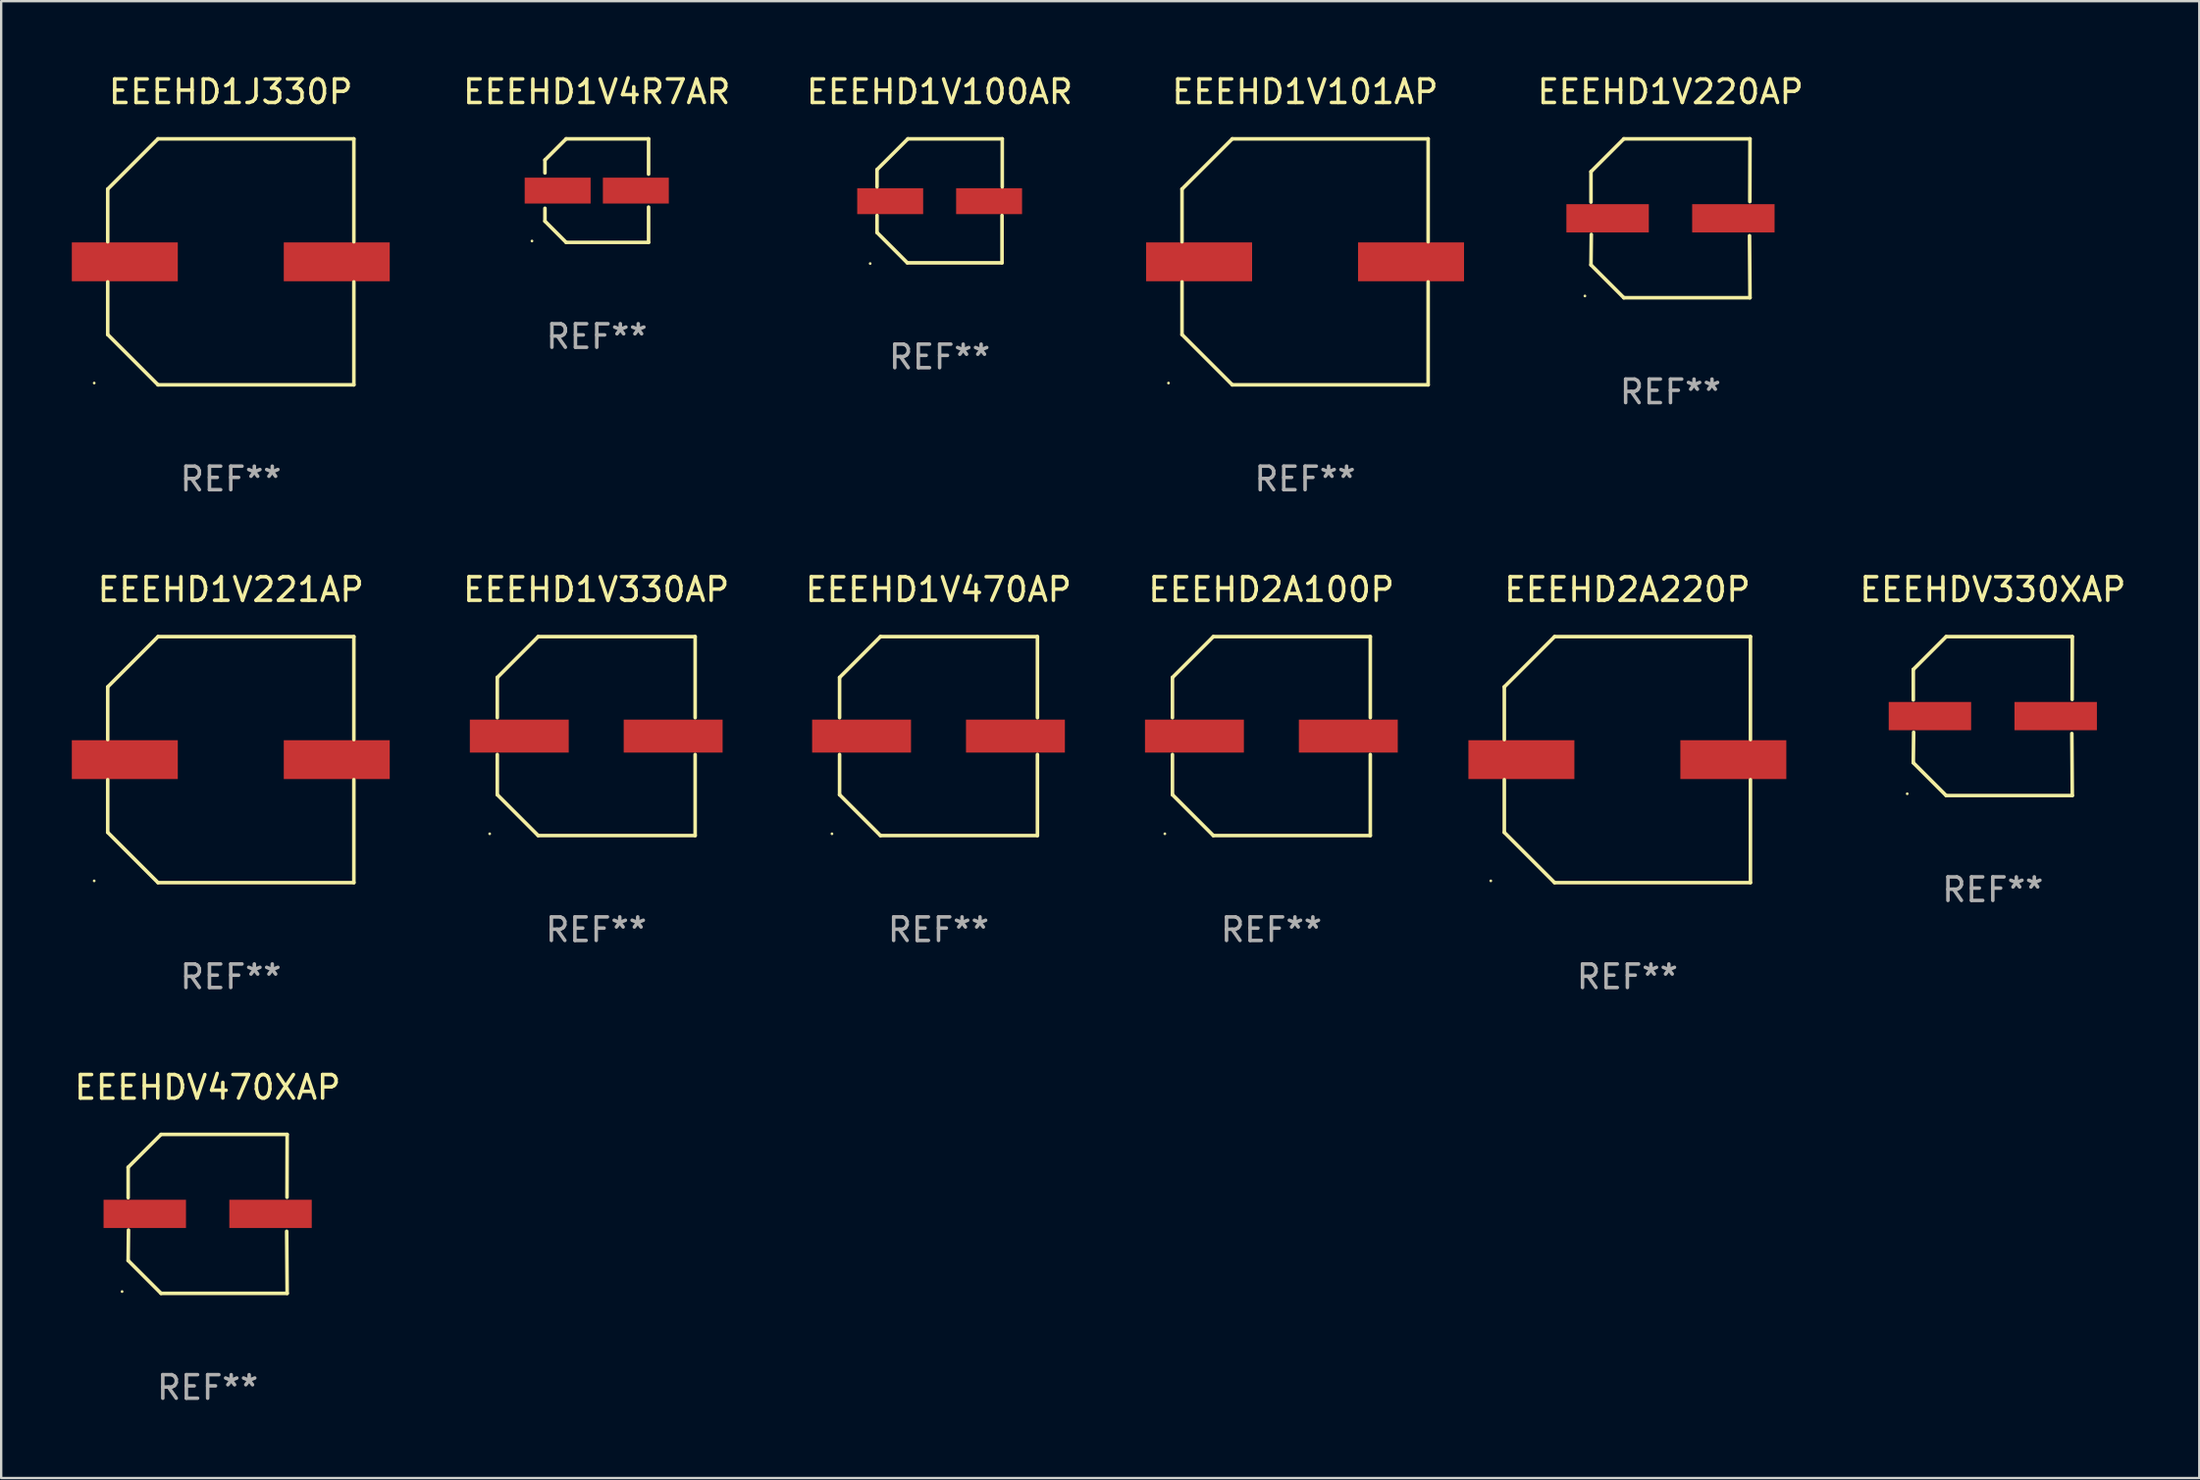
<source format=kicad_pcb>
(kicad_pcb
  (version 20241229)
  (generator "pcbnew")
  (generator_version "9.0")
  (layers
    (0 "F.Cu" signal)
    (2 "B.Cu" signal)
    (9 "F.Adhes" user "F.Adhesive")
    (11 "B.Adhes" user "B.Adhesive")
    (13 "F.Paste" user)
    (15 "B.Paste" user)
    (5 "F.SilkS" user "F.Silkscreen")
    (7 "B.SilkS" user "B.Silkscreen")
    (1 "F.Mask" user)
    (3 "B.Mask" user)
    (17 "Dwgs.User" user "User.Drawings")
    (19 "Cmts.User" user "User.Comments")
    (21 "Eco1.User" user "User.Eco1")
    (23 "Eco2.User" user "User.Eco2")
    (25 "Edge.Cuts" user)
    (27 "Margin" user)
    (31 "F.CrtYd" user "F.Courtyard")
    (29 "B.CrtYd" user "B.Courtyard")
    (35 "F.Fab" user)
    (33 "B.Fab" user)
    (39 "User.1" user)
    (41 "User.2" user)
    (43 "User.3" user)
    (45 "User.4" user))
  (footprint "EEEHD1V330AP"
    (layer "F.Cu")
    (at 22.268 28.223)
    (property "Reference" "EEEHD1V330AP" (at 0 -6.226 0) (layer "F.SilkS") (effects (font (size 1 1) (thickness 0.15))))
    (attr through_hole)
    (fp_line (start -4.201 -2.49) (end -4.201 -0.782) (stroke (width 0.152) (type solid)) (layer "F.SilkS"))
    (fp_line (start -4.201 2.49) (end -4.201 0.782) (stroke (width 0.152) (type solid)) (layer "F.SilkS"))
    (fp_line (start -2.465 -4.226) (end -4.201 -2.49) (stroke (width 0.152) (type solid)) (layer "F.SilkS"))
    (fp_line (start -2.465 4.226) (end -4.201 2.49) (stroke (width 0.152) (type solid)) (layer "F.SilkS"))
    (fp_line (start 4.201 -4.226) (end -2.465 -4.226) (stroke (width 0.152) (type solid)) (layer "F.SilkS"))
    (fp_line (start 4.201 -0.782) (end 4.201 -4.226) (stroke (width 0.152) (type solid)) (layer "F.SilkS"))
    (fp_line (start 4.201 0.782) (end 4.201 4.226) (stroke (width 0.152) (type solid)) (layer "F.SilkS"))
    (fp_line (start 4.201 4.226) (end -2.465 4.226) (stroke (width 0.152) (type solid)) (layer "F.SilkS"))
    (fp_circle (center -4.524 4.15) (end -4.494 4.15) (stroke (width 0.06) (type solid)) (fill no) (layer "F.SilkS"))
    (fp_text user "REF**" (at 0 8.226 0) (layer "F.Fab") (effects (font (size 1 1) (thickness 0.15))))
    (pad "1" smd rect (at -3.267 0) (size 4.2 1.4) (layers "F.Cu" "F.Mask" "F.Paste"))
    (pad "2" smd rect (at 3.267 0) (size 4.2 1.4) (layers "F.Cu" "F.Mask" "F.Paste")))
  (footprint "EEEHDV470XAP"
    (layer "F.Cu")
    (at 5.768 48.522)
    (property "Reference" "EEEHDV470XAP" (at 0 -5.376 0) (layer "F.SilkS") (effects (font (size 1 1) (thickness 0.15))))
    (attr through_hole)
    (fp_line (start -3.376 -1.98) (end -3.376 -0.686) (stroke (width 0.152) (type solid)) (layer "F.SilkS"))
    (fp_line (start -3.376 1.981) (end -3.362 0.686) (stroke (width 0.152) (type solid)) (layer "F.SilkS"))
    (fp_line (start -1.981 3.376) (end -3.376 1.981) (stroke (width 0.152) (type solid)) (layer "F.SilkS"))
    (fp_line (start -1.98 -3.376) (end -3.376 -1.98) (stroke (width 0.152) (type solid)) (layer "F.SilkS"))
    (fp_line (start 3.356 0.74) (end 3.376 3.376) (stroke (width 0.152) (type solid)) (layer "F.SilkS"))
    (fp_line (start 3.369 -0.707) (end 3.376 -3.376) (stroke (width 0.152) (type solid)) (layer "F.SilkS"))
    (fp_line (start 3.376 3.376) (end -1.981 3.376) (stroke (width 0.152) (type solid)) (layer "F.SilkS"))
    (fp_line (start 3.376 -3.376) (end -1.98 -3.376) (stroke (width 0.152) (type solid)) (layer "F.SilkS"))
    (fp_circle (center -3.634 3.3) (end -3.604 3.3) (stroke (width 0.06) (type solid)) (fill no) (layer "F.SilkS"))
    (fp_text user "REF**" (at 0 7.376 0) (layer "F.Fab") (effects (font (size 1 1) (thickness 0.15))))
    (pad "1" smd rect (at -2.67 0.000254) (size 3.5 1.2) (layers "F.Cu" "F.Mask" "F.Paste"))
    (pad "2" smd rect (at 2.67 0.000254) (size 3.5 1.2) (layers "F.Cu" "F.Mask" "F.Paste")))
  (footprint "EEEHD2A220P"
    (layer "F.Cu")
    (at 66.055 29.223)
    (property "Reference" "EEEHD2A220P" (at 0 -7.226 0) (layer "F.SilkS") (effects (font (size 1 1) (thickness 0.15))))
    (attr through_hole)
    (fp_line (start -5.226 -3.09) (end -5.226 -0.852) (stroke (width 0.152) (type solid)) (layer "F.SilkS"))
    (fp_line (start -5.226 3.09) (end -5.226 0.852) (stroke (width 0.152) (type solid)) (layer "F.SilkS"))
    (fp_line (start -3.09 -5.226) (end -5.226 -3.09) (stroke (width 0.152) (type solid)) (layer "F.SilkS"))
    (fp_line (start -3.09 5.226) (end -5.226 3.09) (stroke (width 0.152) (type solid)) (layer "F.SilkS"))
    (fp_line (start 5.226 -5.226) (end -3.09 -5.226) (stroke (width 0.152) (type solid)) (layer "F.SilkS"))
    (fp_line (start 5.226 -0.852) (end 5.226 -5.226) (stroke (width 0.152) (type solid)) (layer "F.SilkS"))
    (fp_line (start 5.226 0.852) (end 5.226 5.226) (stroke (width 0.152) (type solid)) (layer "F.SilkS"))
    (fp_line (start 5.226 5.226) (end -3.09 5.226) (stroke (width 0.152) (type solid)) (layer "F.SilkS"))
    (fp_circle (center -5.8 5.15) (end -5.77 5.15) (stroke (width 0.06) (type solid)) (fill no) (layer "F.SilkS"))
    (fp_text user "REF**" (at 0 9.226 0) (layer "F.Fab") (effects (font (size 1 1) (thickness 0.15))))
    (pad "1" smd rect (at -4.5 0) (size 4.5 1.65) (layers "F.Cu" "F.Mask" "F.Paste"))
    (pad "2" smd rect (at 4.5 0) (size 4.5 1.65) (layers "F.Cu" "F.Mask" "F.Paste")))
  (footprint "EEEHD1V221AP"
    (layer "F.Cu")
    (at 6.75 29.223)
    (property "Reference" "EEEHD1V221AP" (at 0 -7.226 0) (layer "F.SilkS") (effects (font (size 1 1) (thickness 0.15))))
    (attr through_hole)
    (fp_line (start -5.226 -3.09) (end -5.226 -0.852) (stroke (width 0.152) (type solid)) (layer "F.SilkS"))
    (fp_line (start -5.226 3.09) (end -5.226 0.852) (stroke (width 0.152) (type solid)) (layer "F.SilkS"))
    (fp_line (start -3.09 -5.226) (end -5.226 -3.09) (stroke (width 0.152) (type solid)) (layer "F.SilkS"))
    (fp_line (start -3.09 5.226) (end -5.226 3.09) (stroke (width 0.152) (type solid)) (layer "F.SilkS"))
    (fp_line (start 5.226 -5.226) (end -3.09 -5.226) (stroke (width 0.152) (type solid)) (layer "F.SilkS"))
    (fp_line (start 5.226 -0.852) (end 5.226 -5.226) (stroke (width 0.152) (type solid)) (layer "F.SilkS"))
    (fp_line (start 5.226 0.852) (end 5.226 5.226) (stroke (width 0.152) (type solid)) (layer "F.SilkS"))
    (fp_line (start 5.226 5.226) (end -3.09 5.226) (stroke (width 0.152) (type solid)) (layer "F.SilkS"))
    (fp_circle (center -5.8 5.15) (end -5.77 5.15) (stroke (width 0.06) (type solid)) (fill no) (layer "F.SilkS"))
    (fp_text user "REF**" (at 0 9.226 0) (layer "F.Fab") (effects (font (size 1 1) (thickness 0.15))))
    (pad "1" smd rect (at -4.5 0) (size 4.5 1.65) (layers "F.Cu" "F.Mask" "F.Paste"))
    (pad "2" smd rect (at 4.5 0) (size 4.5 1.65) (layers "F.Cu" "F.Mask" "F.Paste")))
  (footprint "EEEHD1V4R7AR"
    (layer "F.Cu")
    (at 22.291 5.048)
    (property "Reference" "EEEHD1V4R7AR" (at 0 -4.2 0) (layer "F.SilkS") (effects (font (size 1 1) (thickness 0.15))))
    (attr through_hole)
    (fp_line (start -2.2 -1.3) (end -2.2 -0.75) (stroke (width 0.152) (type solid)) (layer "F.SilkS"))
    (fp_line (start -2.2 1.3) (end -2.2 0.75) (stroke (width 0.152) (type solid)) (layer "F.SilkS"))
    (fp_line (start -1.3 -2.2) (end -2.2 -1.3) (stroke (width 0.152) (type solid)) (layer "F.SilkS"))
    (fp_line (start -1.3 2.2) (end -2.2 1.3) (stroke (width 0.152) (type solid)) (layer "F.SilkS"))
    (fp_line (start 2.2 -2.2) (end -1.3 -2.2) (stroke (width 0.152) (type solid)) (layer "F.SilkS"))
    (fp_line (start 2.2 -0.7) (end 2.2 -2.2) (stroke (width 0.152) (type solid)) (layer "F.SilkS"))
    (fp_line (start 2.2 0.7) (end 2.2 2.2) (stroke (width 0.152) (type solid)) (layer "F.SilkS"))
    (fp_line (start 2.2 2.2) (end -1.3 2.2) (stroke (width 0.152) (type solid)) (layer "F.SilkS"))
    (fp_circle (center -2.751 2.141) (end -2.721 2.141) (stroke (width 0.06) (type solid)) (fill no) (layer "F.SilkS"))
    (fp_text user "REF**" (at 0 6.2 0) (layer "F.Fab") (effects (font (size 1 1) (thickness 0.15))))
    (pad "1" smd rect (at -1.661 -0.000102) (size 2.8 1.1) (layers "F.Cu" "F.Mask" "F.Paste"))
    (pad "2" smd rect (at 1.66 -0.000102) (size 2.8 1.1) (layers "F.Cu" "F.Mask" "F.Paste")))
  (footprint "EEEHDV330XAP"
    (layer "F.Cu")
    (at 81.573 27.373)
    (property "Reference" "EEEHDV330XAP" (at 0 -5.376 0) (layer "F.SilkS") (effects (font (size 1 1) (thickness 0.15))))
    (attr through_hole)
    (fp_line (start -3.376 -1.98) (end -3.376 -0.686) (stroke (width 0.152) (type solid)) (layer "F.SilkS"))
    (fp_line (start -3.376 1.981) (end -3.362 0.686) (stroke (width 0.152) (type solid)) (layer "F.SilkS"))
    (fp_line (start -1.981 3.376) (end -3.376 1.981) (stroke (width 0.152) (type solid)) (layer "F.SilkS"))
    (fp_line (start -1.98 -3.376) (end -3.376 -1.98) (stroke (width 0.152) (type solid)) (layer "F.SilkS"))
    (fp_line (start 3.356 0.74) (end 3.376 3.376) (stroke (width 0.152) (type solid)) (layer "F.SilkS"))
    (fp_line (start 3.369 -0.707) (end 3.376 -3.376) (stroke (width 0.152) (type solid)) (layer "F.SilkS"))
    (fp_line (start 3.376 3.376) (end -1.981 3.376) (stroke (width 0.152) (type solid)) (layer "F.SilkS"))
    (fp_line (start 3.376 -3.376) (end -1.98 -3.376) (stroke (width 0.152) (type solid)) (layer "F.SilkS"))
    (fp_circle (center -3.634 3.3) (end -3.604 3.3) (stroke (width 0.06) (type solid)) (fill no) (layer "F.SilkS"))
    (fp_text user "REF**" (at 0 7.376 0) (layer "F.Fab") (effects (font (size 1 1) (thickness 0.15))))
    (pad "1" smd rect (at -2.67 0.000254) (size 3.5 1.2) (layers "F.Cu" "F.Mask" "F.Paste"))
    (pad "2" smd rect (at 2.67 0.000254) (size 3.5 1.2) (layers "F.Cu" "F.Mask" "F.Paste")))
  (footprint "EEEHD1V220AP"
    (layer "F.Cu")
    (at 67.886 6.224)
    (property "Reference" "EEEHD1V220AP" (at 0 -5.376 0) (layer "F.SilkS") (effects (font (size 1 1) (thickness 0.15))))
    (attr through_hole)
    (fp_line (start -3.376 -1.98) (end -3.376 -0.686) (stroke (width 0.152) (type solid)) (layer "F.SilkS"))
    (fp_line (start -3.376 1.981) (end -3.362 0.686) (stroke (width 0.152) (type solid)) (layer "F.SilkS"))
    (fp_line (start -1.981 3.376) (end -3.376 1.981) (stroke (width 0.152) (type solid)) (layer "F.SilkS"))
    (fp_line (start -1.98 -3.376) (end -3.376 -1.98) (stroke (width 0.152) (type solid)) (layer "F.SilkS"))
    (fp_line (start 3.356 0.74) (end 3.376 3.376) (stroke (width 0.152) (type solid)) (layer "F.SilkS"))
    (fp_line (start 3.369 -0.707) (end 3.376 -3.376) (stroke (width 0.152) (type solid)) (layer "F.SilkS"))
    (fp_line (start 3.376 3.376) (end -1.981 3.376) (stroke (width 0.152) (type solid)) (layer "F.SilkS"))
    (fp_line (start 3.376 -3.376) (end -1.98 -3.376) (stroke (width 0.152) (type solid)) (layer "F.SilkS"))
    (fp_circle (center -3.634 3.3) (end -3.604 3.3) (stroke (width 0.06) (type solid)) (fill no) (layer "F.SilkS"))
    (fp_text user "REF**" (at 0 7.376 0) (layer "F.Fab") (effects (font (size 1 1) (thickness 0.15))))
    (pad "1" smd rect (at -2.67 0.000254) (size 3.5 1.2) (layers "F.Cu" "F.Mask" "F.Paste"))
    (pad "2" smd rect (at 2.67 0.000254) (size 3.5 1.2) (layers "F.Cu" "F.Mask" "F.Paste")))
  (footprint "EEEHD2A100P"
    (layer "F.Cu")
    (at 50.938 28.223)
    (property "Reference" "EEEHD2A100P" (at 0 -6.226 0) (layer "F.SilkS") (effects (font (size 1 1) (thickness 0.15))))
    (attr through_hole)
    (fp_line (start -4.201 -2.49) (end -4.201 -0.782) (stroke (width 0.152) (type solid)) (layer "F.SilkS"))
    (fp_line (start -4.201 2.49) (end -4.201 0.782) (stroke (width 0.152) (type solid)) (layer "F.SilkS"))
    (fp_line (start -2.465 -4.226) (end -4.201 -2.49) (stroke (width 0.152) (type solid)) (layer "F.SilkS"))
    (fp_line (start -2.465 4.226) (end -4.201 2.49) (stroke (width 0.152) (type solid)) (layer "F.SilkS"))
    (fp_line (start 4.201 -4.226) (end -2.465 -4.226) (stroke (width 0.152) (type solid)) (layer "F.SilkS"))
    (fp_line (start 4.201 -0.782) (end 4.201 -4.226) (stroke (width 0.152) (type solid)) (layer "F.SilkS"))
    (fp_line (start 4.201 0.782) (end 4.201 4.226) (stroke (width 0.152) (type solid)) (layer "F.SilkS"))
    (fp_line (start 4.201 4.226) (end -2.465 4.226) (stroke (width 0.152) (type solid)) (layer "F.SilkS"))
    (fp_circle (center -4.524 4.15) (end -4.494 4.15) (stroke (width 0.06) (type solid)) (fill no) (layer "F.SilkS"))
    (fp_text user "REF**" (at 0 8.226 0) (layer "F.Fab") (effects (font (size 1 1) (thickness 0.15))))
    (pad "1" smd rect (at -3.267 0) (size 4.2 1.4) (layers "F.Cu" "F.Mask" "F.Paste"))
    (pad "2" smd rect (at 3.267 0) (size 4.2 1.4) (layers "F.Cu" "F.Mask" "F.Paste")))
  (footprint "EEEHD1V100AR"
    (layer "F.Cu")
    (at 36.851 5.482)
    (property "Reference" "EEEHD1V100AR" (at 0 -4.634 0) (layer "F.SilkS") (effects (font (size 1 1) (thickness 0.15))))
    (attr through_hole)
    (fp_line (start -2.659 -1.326) (end -2.659 -0.592) (stroke (width 0.152) (type solid)) (layer "F.SilkS"))
    (fp_line (start -2.659 1.346) (end -2.659 0.622) (stroke (width 0.152) (type solid)) (layer "F.SilkS"))
    (fp_line (start -1.372 2.634) (end -2.659 1.346) (stroke (width 0.152) (type solid)) (layer "F.SilkS"))
    (fp_line (start -1.349 -2.634) (end -2.659 -1.326) (stroke (width 0.152) (type solid)) (layer "F.SilkS"))
    (fp_line (start 2.649 0.622) (end 2.649 2.634) (stroke (width 0.152) (type solid)) (layer "F.SilkS"))
    (fp_line (start 2.649 2.634) (end -1.372 2.634) (stroke (width 0.152) (type solid)) (layer "F.SilkS"))
    (fp_line (start 2.659 -2.634) (end -1.349 -2.634) (stroke (width 0.152) (type solid)) (layer "F.SilkS"))
    (fp_line (start 2.659 -0.592) (end 2.659 -2.634) (stroke (width 0.152) (type solid)) (layer "F.SilkS"))
    (fp_circle (center -2.95 2.665) (end -2.92 2.665) (stroke (width 0.06) (type solid)) (fill no) (layer "F.SilkS"))
    (fp_text user "REF**" (at 0 6.634 0) (layer "F.Fab") (effects (font (size 1 1) (thickness 0.15))))
    (pad "1" smd rect (at -2.1 0.015) (size 2.8 1.1) (layers "F.Cu" "F.Mask" "F.Paste"))
    (pad "2" smd rect (at 2.1 0.015) (size 2.8 1.1) (layers "F.Cu" "F.Mask" "F.Paste")))
  (footprint "EEEHD1V101AP"
    (layer "F.Cu")
    (at 52.369 8.074)
    (property "Reference" "EEEHD1V101AP" (at 0 -7.226 0) (layer "F.SilkS") (effects (font (size 1 1) (thickness 0.15))))
    (attr through_hole)
    (fp_line (start -5.226 -3.09) (end -5.226 -0.852) (stroke (width 0.152) (type solid)) (layer "F.SilkS"))
    (fp_line (start -5.226 3.09) (end -5.226 0.852) (stroke (width 0.152) (type solid)) (layer "F.SilkS"))
    (fp_line (start -3.09 -5.226) (end -5.226 -3.09) (stroke (width 0.152) (type solid)) (layer "F.SilkS"))
    (fp_line (start -3.09 5.226) (end -5.226 3.09) (stroke (width 0.152) (type solid)) (layer "F.SilkS"))
    (fp_line (start 5.226 -5.226) (end -3.09 -5.226) (stroke (width 0.152) (type solid)) (layer "F.SilkS"))
    (fp_line (start 5.226 -0.852) (end 5.226 -5.226) (stroke (width 0.152) (type solid)) (layer "F.SilkS"))
    (fp_line (start 5.226 0.852) (end 5.226 5.226) (stroke (width 0.152) (type solid)) (layer "F.SilkS"))
    (fp_line (start 5.226 5.226) (end -3.09 5.226) (stroke (width 0.152) (type solid)) (layer "F.SilkS"))
    (fp_circle (center -5.8 5.15) (end -5.77 5.15) (stroke (width 0.06) (type solid)) (fill no) (layer "F.SilkS"))
    (fp_text user "REF**" (at 0 9.226 0) (layer "F.Fab") (effects (font (size 1 1) (thickness 0.15))))
    (pad "1" smd rect (at -4.5 0) (size 4.5 1.65) (layers "F.Cu" "F.Mask" "F.Paste"))
    (pad "2" smd rect (at 4.5 0) (size 4.5 1.65) (layers "F.Cu" "F.Mask" "F.Paste")))
  (footprint "EEEHD1J330P"
    (layer "F.Cu")
    (at 6.75 8.074)
    (property "Reference" "EEEHD1J330P" (at 0 -7.226 0) (layer "F.SilkS") (effects (font (size 1 1) (thickness 0.15))))
    (attr through_hole)
    (fp_line (start -5.226 -3.09) (end -5.226 -0.852) (stroke (width 0.152) (type solid)) (layer "F.SilkS"))
    (fp_line (start -5.226 3.09) (end -5.226 0.852) (stroke (width 0.152) (type solid)) (layer "F.SilkS"))
    (fp_line (start -3.09 -5.226) (end -5.226 -3.09) (stroke (width 0.152) (type solid)) (layer "F.SilkS"))
    (fp_line (start -3.09 5.226) (end -5.226 3.09) (stroke (width 0.152) (type solid)) (layer "F.SilkS"))
    (fp_line (start 5.226 -5.226) (end -3.09 -5.226) (stroke (width 0.152) (type solid)) (layer "F.SilkS"))
    (fp_line (start 5.226 -0.852) (end 5.226 -5.226) (stroke (width 0.152) (type solid)) (layer "F.SilkS"))
    (fp_line (start 5.226 0.852) (end 5.226 5.226) (stroke (width 0.152) (type solid)) (layer "F.SilkS"))
    (fp_line (start 5.226 5.226) (end -3.09 5.226) (stroke (width 0.152) (type solid)) (layer "F.SilkS"))
    (fp_circle (center -5.8 5.15) (end -5.77 5.15) (stroke (width 0.06) (type solid)) (fill no) (layer "F.SilkS"))
    (fp_text user "REF**" (at 0 9.226 0) (layer "F.Fab") (effects (font (size 1 1) (thickness 0.15))))
    (pad "1" smd rect (at -4.5 0) (size 4.5 1.65) (layers "F.Cu" "F.Mask" "F.Paste"))
    (pad "2" smd rect (at 4.5 0) (size 4.5 1.65) (layers "F.Cu" "F.Mask" "F.Paste")))
  (footprint "EEEHD1V470AP"
    (layer "F.Cu")
    (at 36.803 28.223)
    (property "Reference" "EEEHD1V470AP" (at 0 -6.226 0) (layer "F.SilkS") (effects (font (size 1 1) (thickness 0.15))))
    (attr through_hole)
    (fp_line (start -4.201 -2.49) (end -4.201 -0.782) (stroke (width 0.152) (type solid)) (layer "F.SilkS"))
    (fp_line (start -4.201 2.49) (end -4.201 0.782) (stroke (width 0.152) (type solid)) (layer "F.SilkS"))
    (fp_line (start -2.465 -4.226) (end -4.201 -2.49) (stroke (width 0.152) (type solid)) (layer "F.SilkS"))
    (fp_line (start -2.465 4.226) (end -4.201 2.49) (stroke (width 0.152) (type solid)) (layer "F.SilkS"))
    (fp_line (start 4.201 -4.226) (end -2.465 -4.226) (stroke (width 0.152) (type solid)) (layer "F.SilkS"))
    (fp_line (start 4.201 -0.782) (end 4.201 -4.226) (stroke (width 0.152) (type solid)) (layer "F.SilkS"))
    (fp_line (start 4.201 0.782) (end 4.201 4.226) (stroke (width 0.152) (type solid)) (layer "F.SilkS"))
    (fp_line (start 4.201 4.226) (end -2.465 4.226) (stroke (width 0.152) (type solid)) (layer "F.SilkS"))
    (fp_circle (center -4.524 4.15) (end -4.494 4.15) (stroke (width 0.06) (type solid)) (fill no) (layer "F.SilkS"))
    (fp_text user "REF**" (at 0 8.226 0) (layer "F.Fab") (effects (font (size 1 1) (thickness 0.15))))
    (pad "1" smd rect (at -3.267 0) (size 4.2 1.4) (layers "F.Cu" "F.Mask" "F.Paste"))
    (pad "2" smd rect (at 3.267 0) (size 4.2 1.4) (layers "F.Cu" "F.Mask" "F.Paste")))
  (gr_rect
    (start -3 -3)
    (end 90.341 59.746)
    (stroke (width 0.1) (type default))
    (fill no)
    (layer "Edge.Cuts")))
</source>
